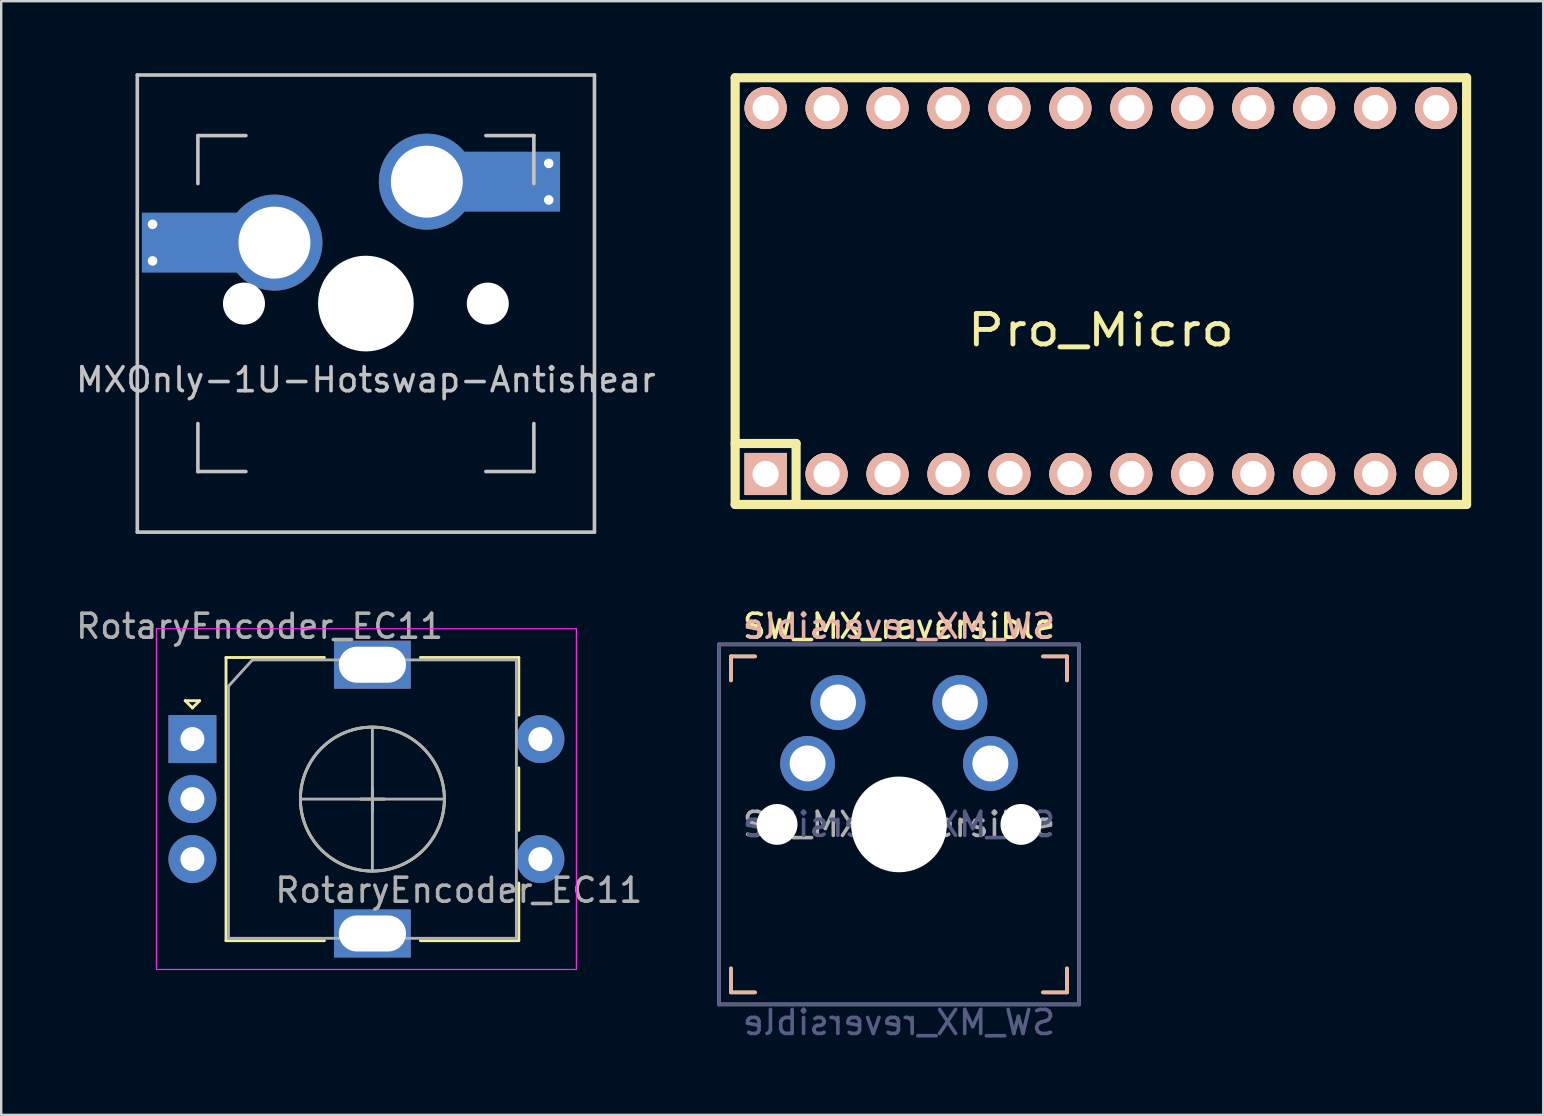
<source format=kicad_pcb>
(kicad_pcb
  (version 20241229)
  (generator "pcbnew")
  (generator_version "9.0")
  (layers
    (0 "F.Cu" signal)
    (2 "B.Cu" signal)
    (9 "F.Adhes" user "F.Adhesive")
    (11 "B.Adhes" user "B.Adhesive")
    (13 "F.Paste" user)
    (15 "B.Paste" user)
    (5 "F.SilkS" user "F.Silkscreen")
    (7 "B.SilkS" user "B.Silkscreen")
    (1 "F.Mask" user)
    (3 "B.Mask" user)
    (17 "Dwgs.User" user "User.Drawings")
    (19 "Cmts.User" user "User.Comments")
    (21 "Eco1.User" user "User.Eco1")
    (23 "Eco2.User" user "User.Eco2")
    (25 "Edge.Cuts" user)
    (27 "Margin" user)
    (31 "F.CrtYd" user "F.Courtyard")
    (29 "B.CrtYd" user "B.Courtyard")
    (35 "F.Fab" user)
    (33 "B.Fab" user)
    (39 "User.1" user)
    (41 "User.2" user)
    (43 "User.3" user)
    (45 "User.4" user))
  (footprint "Pro_Micro"
    (layer "F.Cu")
    (at 42.823 9.081)
    (property "Reference" "Pro_Micro" (at 0 1.625 0) (layer "F.SilkS") (effects (font (size 1.27 1.524) (thickness 0.203))))
    (attr through_hole)
    (fp_line (start -15.24 -8.89) (end -15.24 8.89) (stroke (width 0.381) (type solid)) (layer "F.SilkS"))
    (fp_line (start -15.24 6.35) (end -12.7 6.35) (stroke (width 0.381) (type solid)) (layer "F.SilkS"))
    (fp_line (start -15.24 8.89) (end 15.24 8.89) (stroke (width 0.381) (type solid)) (layer "F.SilkS"))
    (fp_line (start -12.7 6.35) (end -12.7 8.89) (stroke (width 0.381) (type solid)) (layer "F.SilkS"))
    (fp_line (start 15.24 -8.89) (end -15.24 -8.89) (stroke (width 0.381) (type solid)) (layer "F.SilkS"))
    (fp_line (start 15.24 8.89) (end 15.24 -8.89) (stroke (width 0.381) (type solid)) (layer "F.SilkS"))
    (pad "1" thru_hole rect (at -13.97 7.62) (size 1.753 1.753) (drill 1.092) (layers "*.Cu" "*.SilkS" "*.Mask"))
    (pad "2" thru_hole circle (at -11.43 7.62) (size 1.753 1.753) (drill 1.092) (layers "*.Cu" "*.SilkS" "*.Mask"))
    (pad "3" thru_hole circle (at -8.89 7.62) (size 1.753 1.753) (drill 1.092) (layers "*.Cu" "*.SilkS" "*.Mask"))
    (pad "4" thru_hole circle (at -6.35 7.62) (size 1.753 1.753) (drill 1.092) (layers "*.Cu" "*.SilkS" "*.Mask"))
    (pad "5" thru_hole circle (at -3.81 7.62) (size 1.753 1.753) (drill 1.092) (layers "*.Cu" "*.SilkS" "*.Mask"))
    (pad "6" thru_hole circle (at -1.27 7.62) (size 1.753 1.753) (drill 1.092) (layers "*.Cu" "*.SilkS" "*.Mask"))
    (pad "7" thru_hole circle (at 1.27 7.62) (size 1.753 1.753) (drill 1.092) (layers "*.Cu" "*.SilkS" "*.Mask"))
    (pad "8" thru_hole circle (at 3.81 7.62) (size 1.753 1.753) (drill 1.092) (layers "*.Cu" "*.SilkS" "*.Mask"))
    (pad "9" thru_hole circle (at 6.35 7.62) (size 1.753 1.753) (drill 1.092) (layers "*.Cu" "*.SilkS" "*.Mask"))
    (pad "10" thru_hole circle (at 8.89 7.62) (size 1.753 1.753) (drill 1.092) (layers "*.Cu" "*.SilkS" "*.Mask"))
    (pad "11" thru_hole circle (at 11.43 7.62) (size 1.753 1.753) (drill 1.092) (layers "*.Cu" "*.SilkS" "*.Mask"))
    (pad "12" thru_hole circle (at 13.97 7.62) (size 1.753 1.753) (drill 1.092) (layers "*.Cu" "*.SilkS" "*.Mask"))
    (pad "13" thru_hole circle (at 13.97 -7.63 180) (size 1.753 1.753) (drill 1.092) (layers "*.Cu" "*.SilkS" "*.Mask"))
    (pad "14" thru_hole circle (at 11.43 -7.63 180) (size 1.753 1.753) (drill 1.092) (layers "*.Cu" "*.SilkS" "*.Mask"))
    (pad "15" thru_hole circle (at 8.89 -7.63 180) (size 1.753 1.753) (drill 1.092) (layers "*.Cu" "*.SilkS" "*.Mask"))
    (pad "16" thru_hole circle (at 6.35 -7.63 180) (size 1.753 1.753) (drill 1.092) (layers "*.Cu" "*.SilkS" "*.Mask"))
    (pad "17" thru_hole circle (at 3.81 -7.63 180) (size 1.753 1.753) (drill 1.092) (layers "*.Cu" "*.SilkS" "*.Mask"))
    (pad "18" thru_hole circle (at 1.27 -7.63 180) (size 1.753 1.753) (drill 1.092) (layers "*.Cu" "*.SilkS" "*.Mask"))
    (pad "19" thru_hole circle (at -1.27 -7.63 180) (size 1.753 1.753) (drill 1.092) (layers "*.Cu" "*.SilkS" "*.Mask"))
    (pad "20" thru_hole circle (at -3.81 -7.63 180) (size 1.753 1.753) (drill 1.092) (layers "*.Cu" "*.SilkS" "*.Mask"))
    (pad "21" thru_hole circle (at -6.35 -7.63 180) (size 1.753 1.753) (drill 1.092) (layers "*.Cu" "*.SilkS" "*.Mask"))
    (pad "22" thru_hole circle (at -8.89 -7.63 180) (size 1.753 1.753) (drill 1.092) (layers "*.Cu" "*.SilkS" "*.Mask"))
    (pad "23" thru_hole circle (at -11.43 -7.63 180) (size 1.753 1.753) (drill 1.092) (layers "*.Cu" "*.SilkS" "*.Mask"))
    (pad "24" thru_hole circle (at -13.97 -7.63 180) (size 1.753 1.753) (drill 1.092) (layers "*.Cu" "*.SilkS" "*.Mask")))
  (footprint "MXOnly-1U-Hotswap-Antishear"
    (layer "F.Cu")
    (at 12.196 9.6)
    (property "Reference" "MXOnly-1U-Hotswap-Antishear" (at 0 3.175 0) (layer "Dwgs.User") (effects (font (size 1 1) (thickness 0.15))))
    (attr through_hole)
    (fp_line (start -9.525 -9.525) (end 9.525 -9.525) (stroke (width 0.15) (type solid)) (layer "Dwgs.User"))
    (fp_line (start -9.525 9.525) (end -9.525 -9.525) (stroke (width 0.15) (type solid)) (layer "Dwgs.User"))
    (fp_line (start -7 -7) (end -7 -5) (stroke (width 0.15) (type solid)) (layer "Dwgs.User"))
    (fp_line (start -7 5) (end -7 7) (stroke (width 0.15) (type solid)) (layer "Dwgs.User"))
    (fp_line (start -7 7) (end -5 7) (stroke (width 0.15) (type solid)) (layer "Dwgs.User"))
    (fp_line (start -5 -7) (end -7 -7) (stroke (width 0.15) (type solid)) (layer "Dwgs.User"))
    (fp_line (start 5 -7) (end 7 -7) (stroke (width 0.15) (type solid)) (layer "Dwgs.User"))
    (fp_line (start 5 7) (end 7 7) (stroke (width 0.15) (type solid)) (layer "Dwgs.User"))
    (fp_line (start 7 -7) (end 7 -5) (stroke (width 0.15) (type solid)) (layer "Dwgs.User"))
    (fp_line (start 7 7) (end 7 5) (stroke (width 0.15) (type solid)) (layer "Dwgs.User"))
    (fp_line (start 9.525 -9.525) (end 9.525 9.525) (stroke (width 0.15) (type solid)) (layer "Dwgs.User"))
    (fp_line (start 9.525 9.525) (end -9.525 9.525) (stroke (width 0.15) (type solid)) (layer "Dwgs.User"))
    (pad "" smd rect (at -7.085 -2.54) (size 2.55 2.5) (layers "B.Mask" "B.Paste"))
    (pad "" np_thru_hole circle (at -5.08 0 48.1) (size 1.75 1.75) (drill 1.75) (layers "*.Cu" "*.Mask"))
    (pad "" np_thru_hole circle (at 0 0) (size 3.988 3.988) (drill 3.988) (layers "*.Cu" "*.Mask"))
    (pad "" np_thru_hole circle (at 5.08 0 48.1) (size 1.75 1.75) (drill 1.75) (layers "*.Cu" "*.Mask"))
    (pad "" smd rect (at 5.815 -5.08) (size 2.55 2.5) (layers "B.Mask" "B.Paste"))
    (pad "1" thru_hole circle (at -8.89 -3.302) (size 0.8 0.8) (drill 0.4) (layers "*.Cu"))
    (pad "1" thru_hole circle (at -8.89 -1.778) (size 0.8 0.8) (drill 0.4) (layers "*.Cu"))
    (pad "1" smd rect (at -7.085 -2.54) (size 4.5 2.5) (layers "B.Cu"))
    (pad "1" thru_hole circle (at -3.81 -2.54) (size 4 4) (drill 3) (layers "*.Cu"))
    (pad "2" thru_hole circle (at 2.54 -5.08) (size 4 4) (drill 3) (layers "*.Cu"))
    (pad "2" smd rect (at 5.842 -5.08) (size 4.5 2.5) (layers "B.Cu"))
    (pad "2" thru_hole circle (at 7.62 -5.842) (size 0.8 0.8) (drill 0.4) (layers "*.Cu"))
    (pad "2" thru_hole circle (at 7.62 -4.318) (size 0.8 0.8) (drill 0.4) (layers "*.Cu")))
  (footprint "SW_MX_reversible"
    (layer "F.Cu")
    (at 34.411 31.303)
    (property "Reference" "SW_MX_reversible" (at 0 -8.255 0) (layer "F.SilkS") (effects (font (size 1 1) (thickness 0.15))))
    (property "Value" "SW_MX_reversible" (at 0 8.255 0) (layer "F.Fab") (hide yes) (effects (font (size 1 1) (thickness 0.15))))
    (attr through_hole)
    (fp_line (start -7 -7) (end -6 -7) (stroke (width 0.15) (type solid)) (layer "F.SilkS"))
    (fp_line (start -7 -6) (end -7 -7) (stroke (width 0.15) (type solid)) (layer "F.SilkS"))
    (fp_line (start -7 7) (end -7 6) (stroke (width 0.15) (type solid)) (layer "F.SilkS"))
    (fp_line (start -6 7) (end -7 7) (stroke (width 0.15) (type solid)) (layer "F.SilkS"))
    (fp_line (start 6 -7) (end 7 -7) (stroke (width 0.15) (type solid)) (layer "F.SilkS"))
    (fp_line (start 7 -7) (end 7 -6) (stroke (width 0.15) (type solid)) (layer "F.SilkS"))
    (fp_line (start 7 6) (end 7 7) (stroke (width 0.15) (type solid)) (layer "F.SilkS"))
    (fp_line (start 7 7) (end 6 7) (stroke (width 0.15) (type solid)) (layer "F.SilkS"))
    (fp_line (start -7 -7) (end -6 -7) (stroke (width 0.15) (type solid)) (layer "B.SilkS"))
    (fp_line (start -7 -6) (end -7 -7) (stroke (width 0.15) (type solid)) (layer "B.SilkS"))
    (fp_line (start -7 7) (end -7 6) (stroke (width 0.15) (type solid)) (layer "B.SilkS"))
    (fp_line (start -6 7) (end -7 7) (stroke (width 0.15) (type solid)) (layer "B.SilkS"))
    (fp_line (start 6 -7) (end 7 -7) (stroke (width 0.15) (type solid)) (layer "B.SilkS"))
    (fp_line (start 7 -7) (end 7 -6) (stroke (width 0.15) (type solid)) (layer "B.SilkS"))
    (fp_line (start 7 6) (end 7 7) (stroke (width 0.15) (type solid)) (layer "B.SilkS"))
    (fp_line (start 7 7) (end 6 7) (stroke (width 0.15) (type solid)) (layer "B.SilkS"))
    (fp_line (start -6.9 6.9) (end -6.9 -6.9) (stroke (width 0.15) (type solid)) (layer "Eco2.User"))
    (fp_line (start -6.9 6.9) (end 6.9 6.9) (stroke (width 0.15) (type solid)) (layer "Eco2.User"))
    (fp_line (start 6.9 -6.9) (end -6.9 -6.9) (stroke (width 0.15) (type solid)) (layer "Eco2.User"))
    (fp_line (start 6.9 -6.9) (end 6.9 6.9) (stroke (width 0.15) (type solid)) (layer "Eco2.User"))
    (fp_line (start -7.5 -7.5) (end 7.5 -7.5) (stroke (width 0.15) (type solid)) (layer "B.Fab"))
    (fp_line (start -7.5 7.5) (end -7.5 -7.5) (stroke (width 0.15) (type solid)) (layer "B.Fab"))
    (fp_line (start 7.5 -7.5) (end 7.5 7.5) (stroke (width 0.15) (type solid)) (layer "B.Fab"))
    (fp_line (start 7.5 7.5) (end -7.5 7.5) (stroke (width 0.15) (type solid)) (layer "B.Fab"))
    (fp_line (start -7.5 -7.5) (end 7.5 -7.5) (stroke (width 0.15) (type solid)) (layer "F.Fab"))
    (fp_line (start -7.5 7.5) (end -7.5 -7.5) (stroke (width 0.15) (type solid)) (layer "F.Fab"))
    (fp_line (start 7.5 -7.5) (end 7.5 7.5) (stroke (width 0.15) (type solid)) (layer "F.Fab"))
    (fp_line (start 7.5 7.5) (end -7.5 7.5) (stroke (width 0.15) (type solid)) (layer "F.Fab"))
    (fp_text user "${REFERENCE}" (at 0 -8.255 0) (layer "B.SilkS") (effects (font (size 1 1) (thickness 0.15)) (justify mirror)))
    (fp_text user "${REFERENCE}" (at 0 0 0) (layer "B.Fab") (effects (font (size 1 1) (thickness 0.15)) (justify mirror)))
    (fp_text user "${VALUE}" (at 0 8.255 0) (layer "B.Fab") (effects (font (size 1 1) (thickness 0.15)) (justify mirror)))
    (fp_text user "${REFERENCE}" (at 0 0 0) (layer "F.Fab") (effects (font (size 1 1) (thickness 0.15))))
    (pad "" np_thru_hole circle (at -5.08 0) (size 1.702 1.702) (drill 1.702) (layers "*.Cu" "*.Mask"))
    (pad "" np_thru_hole circle (at 0 0) (size 3.988 3.988) (drill 3.988) (layers "*.Cu" "*.Mask"))
    (pad "" np_thru_hole circle (at 5.08 0) (size 1.702 1.702) (drill 1.702) (layers "*.Cu" "*.Mask"))
    (pad "1" thru_hole circle (at -3.81 -2.54) (size 2.286 2.286) (drill 1.499) (layers "*.Cu" "*.Mask"))
    (pad "1" thru_hole circle (at -2.54 -5.08) (size 2.286 2.286) (drill 1.499) (layers "*.Cu" "*.Mask"))
    (pad "2" thru_hole circle (at 2.54 -5.08) (size 2.286 2.286) (drill 1.499) (layers "*.Cu" "*.Mask"))
    (pad "2" thru_hole circle (at 3.81 -2.54) (size 2.286 2.286) (drill 1.499) (layers "*.Cu" "*.Mask")))
  (footprint "RotaryEncoder_EC11"
    (layer "F.Cu")
    (at 12.468 30.248)
    (property "Reference" "RotaryEncoder_EC11" (at -4.7 -7.2 0) (layer "F.Fab") (effects (font (size 1 1) (thickness 0.15))))
    (attr through_hole)
    (fp_line (start -7.8 -4.1) (end -7.2 -4.1) (stroke (width 0.12) (type solid)) (layer "F.SilkS"))
    (fp_line (start -7.5 -3.8) (end -7.8 -4.1) (stroke (width 0.12) (type solid)) (layer "F.SilkS"))
    (fp_line (start -7.2 -4.1) (end -7.5 -3.8) (stroke (width 0.12) (type solid)) (layer "F.SilkS"))
    (fp_line (start -6.1 -5.9) (end -6.1 5.9) (stroke (width 0.12) (type solid)) (layer "F.SilkS"))
    (fp_line (start -2 -5.9) (end -6.1 -5.9) (stroke (width 0.12) (type solid)) (layer "F.SilkS"))
    (fp_line (start -2 5.9) (end -6.1 5.9) (stroke (width 0.12) (type solid)) (layer "F.SilkS"))
    (fp_line (start -0.5 0) (end 0.5 0) (stroke (width 0.12) (type solid)) (layer "F.SilkS"))
    (fp_line (start 0 -0.5) (end 0 0.5) (stroke (width 0.12) (type solid)) (layer "F.SilkS"))
    (fp_line (start 2 -5.9) (end 6.1 -5.9) (stroke (width 0.12) (type solid)) (layer "F.SilkS"))
    (fp_line (start 6.1 -5.9) (end 6.1 -3.5) (stroke (width 0.12) (type solid)) (layer "F.SilkS"))
    (fp_line (start 6.1 -1.3) (end 6.1 1.3) (stroke (width 0.12) (type solid)) (layer "F.SilkS"))
    (fp_line (start 6.1 3.5) (end 6.1 5.9) (stroke (width 0.12) (type solid)) (layer "F.SilkS"))
    (fp_line (start 6.1 5.9) (end 2 5.9) (stroke (width 0.12) (type solid)) (layer "F.SilkS"))
    (fp_circle (center 0 0) (end 3 0) (stroke (width 0.12) (type solid)) (fill no) (layer "F.SilkS"))
    (fp_line (start -9 -7.1) (end -9 7.1) (stroke (width 0.05) (type solid)) (layer "F.CrtYd"))
    (fp_line (start -9 -7.1) (end 8.5 -7.1) (stroke (width 0.05) (type solid)) (layer "F.CrtYd"))
    (fp_line (start 8.5 7.1) (end -9 7.1) (stroke (width 0.05) (type solid)) (layer "F.CrtYd"))
    (fp_line (start 8.5 7.1) (end 8.5 -7.1) (stroke (width 0.05) (type solid)) (layer "F.CrtYd"))
    (fp_line (start -6 -4.7) (end -5 -5.8) (stroke (width 0.12) (type solid)) (layer "F.Fab"))
    (fp_line (start -6 5.8) (end -6 -4.7) (stroke (width 0.12) (type solid)) (layer "F.Fab"))
    (fp_line (start -5 -5.8) (end 6 -5.8) (stroke (width 0.12) (type solid)) (layer "F.Fab"))
    (fp_line (start -3 0) (end 3 0) (stroke (width 0.12) (type solid)) (layer "F.Fab"))
    (fp_line (start 0 -3) (end 0 3) (stroke (width 0.12) (type solid)) (layer "F.Fab"))
    (fp_line (start 6 -5.8) (end 6 5.8) (stroke (width 0.12) (type solid)) (layer "F.Fab"))
    (fp_line (start 6 5.8) (end -6 5.8) (stroke (width 0.12) (type solid)) (layer "F.Fab"))
    (fp_circle (center 0 0) (end 3 0) (stroke (width 0.12) (type solid)) (fill no) (layer "F.Fab"))
    (fp_text user "${REFERENCE}" (at 3.6 3.8 0) (layer "F.Fab") (effects (font (size 1 1) (thickness 0.15))))
    (pad "" np_thru_hole rect (at 0 -5.6) (size 3.2 2) (drill oval 2.8 1.5) (layers "*.Cu" "*.Mask"))
    (pad "" np_thru_hole rect (at 0 5.6) (size 3.2 2) (drill oval 2.8 1.5) (layers "*.Cu" "*.Mask"))
    (pad "A" thru_hole rect (at -7.5 -2.5) (size 2 2) (drill 1) (layers "*.Cu" "*.Mask"))
    (pad "B" thru_hole circle (at -7.5 2.5) (size 2 2) (drill 1) (layers "*.Cu" "*.Mask"))
    (pad "C" thru_hole circle (at -7.5 0) (size 2 2) (drill 1) (layers "*.Cu" "*.Mask"))
    (pad "S1" thru_hole circle (at 7 2.5) (size 2 2) (drill 1) (layers "*.Cu" "*.Mask"))
    (pad "S2" thru_hole circle (at 7 -2.5) (size 2 2) (drill 1) (layers "*.Cu" "*.Mask")))
  (gr_rect
    (start -3 -3)
    (end 61.254 43.407)
    (stroke (width 0.1) (type default))
    (fill no)
    (layer "Edge.Cuts")))
</source>
